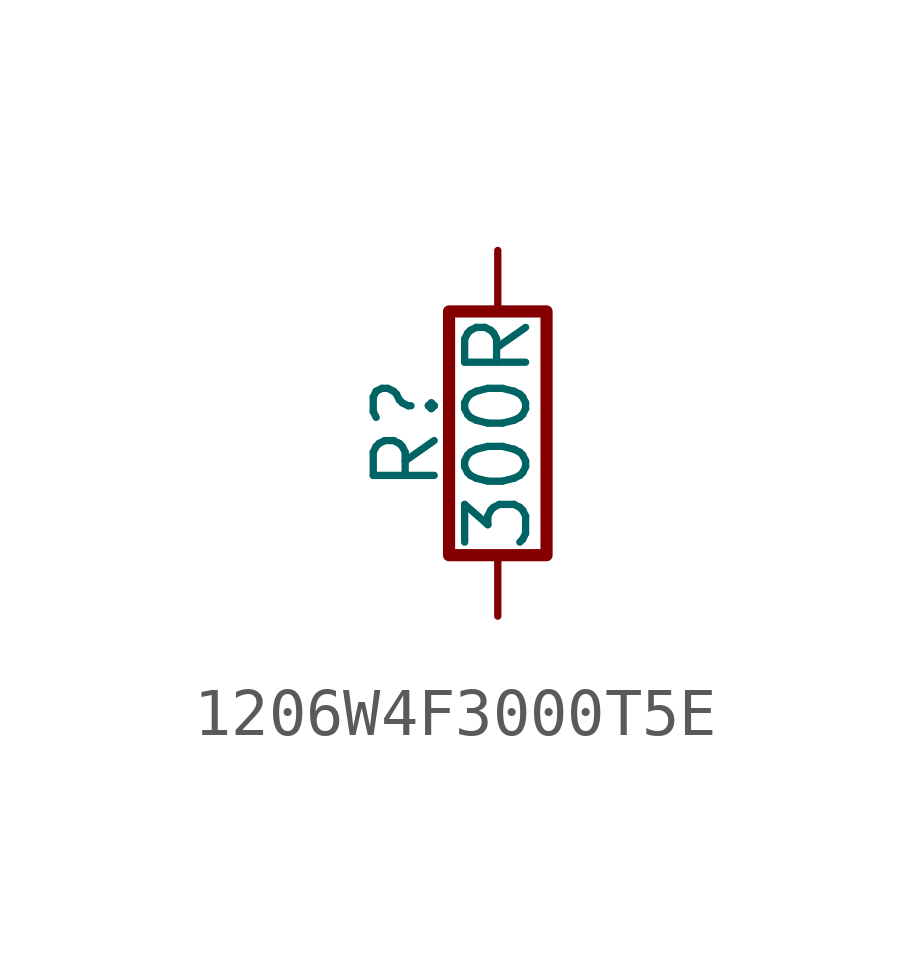
<source format=kicad_sym>
(kicad_symbol_lib
  (version 20211014)
  (generator conandllu_kicad_symbol_generator_20230404_23:29:43)
  (symbol "1206W4F3000T5E"
    (pin_numbers hide)
    (pin_names
      (offset 0))
    (property "Reference" "R"
      (at -1.905 0 90)
      (effects (font (size 1.27 1.27))))
    (property "Value" "300R"
      (at 0 0 90)
      (effects (font (size 1.27 1.27))))
    (symbol "1206W4F3000T5E_0_1"
      (rectangle (start -1.016 -2.54) (end 1.016 2.54) (stroke (width 0.254) (type default) (color 0 0 0 0)) (fill (type none))))
    (symbol "1206W4F3000T5E_1_1"
      (pin passive line (at 0 3.81 270) (length 1.27) (name "~" (effects (font (size 1.27 1.27)))) (number "1" (effects (font (size 1.27 1.27)))))
      (pin passive line (at 0 -3.81 90) (length 1.27) (name "~" (effects (font (size 1.27 1.27)))) (number "2" (effects (font (size 1.27 1.27))))))))
</source>
